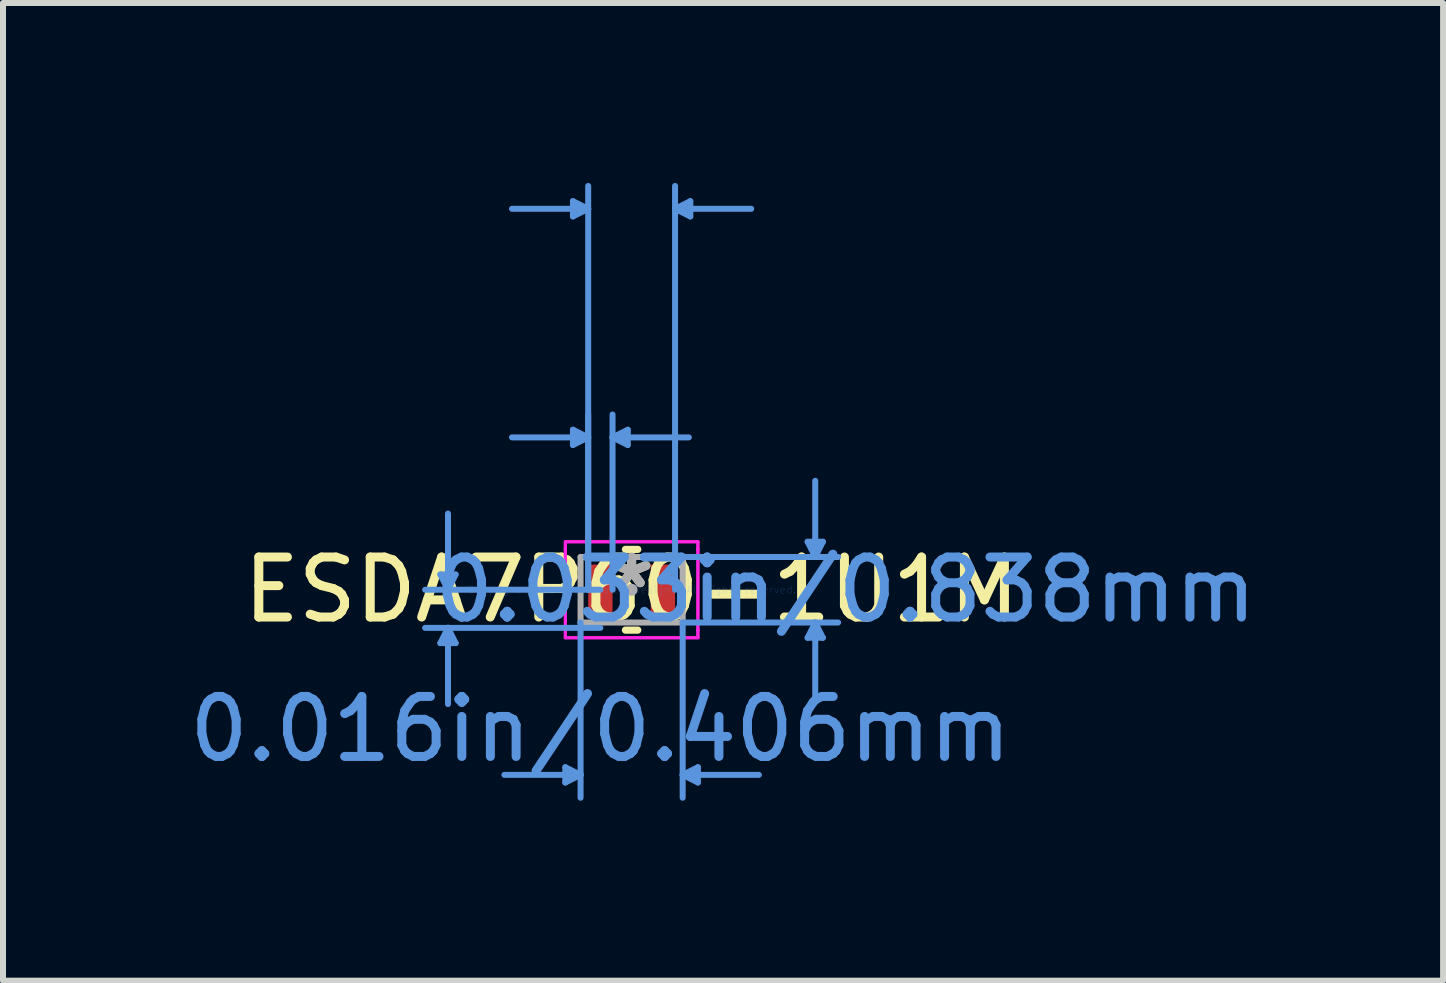
<source format=kicad_pcb>
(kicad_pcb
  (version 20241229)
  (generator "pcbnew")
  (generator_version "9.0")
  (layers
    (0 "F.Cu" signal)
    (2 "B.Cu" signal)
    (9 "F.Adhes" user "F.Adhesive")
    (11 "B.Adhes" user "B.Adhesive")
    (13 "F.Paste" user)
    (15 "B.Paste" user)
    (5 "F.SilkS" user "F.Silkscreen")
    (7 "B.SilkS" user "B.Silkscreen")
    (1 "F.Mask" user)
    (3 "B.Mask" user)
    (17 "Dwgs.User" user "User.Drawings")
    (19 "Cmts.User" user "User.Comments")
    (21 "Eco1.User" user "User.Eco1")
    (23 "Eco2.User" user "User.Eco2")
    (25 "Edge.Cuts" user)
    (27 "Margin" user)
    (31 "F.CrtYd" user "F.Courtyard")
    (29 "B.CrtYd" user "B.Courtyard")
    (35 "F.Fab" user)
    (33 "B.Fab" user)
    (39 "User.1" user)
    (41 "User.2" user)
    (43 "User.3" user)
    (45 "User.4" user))
  (footprint "ESDA7P60-1U1M"
    (layer "F.Cu")
    (at 7.479 6.781)
    (property "Reference" "ESDA7P60-1U1M" (at 0 0 0) (layer "F.SilkS") (effects (font (size 1 1) (thickness 0.15))))
    (attr through_hole)
    (fp_line (start -0.103 0.673) (end 0.103 0.673) (stroke (width 0.12) (type solid)) (layer "F.SilkS"))
    (fp_line (start 0.103 -0.673) (end -0.103 -0.673) (stroke (width 0.12) (type solid)) (layer "F.SilkS"))
    (fp_line (start -3.188 -0.254) (end -2.934 -0.254) (stroke (width 0.1) (type solid)) (layer "Cmts.User"))
    (fp_line (start -3.188 0.889) (end -2.934 0.889) (stroke (width 0.1) (type solid)) (layer "Cmts.User"))
    (fp_line (start -3.061 0) (end -3.188 -0.254) (stroke (width 0.1) (type solid)) (layer "Cmts.User"))
    (fp_line (start -3.061 0) (end -3.061 -1.27) (stroke (width 0.1) (type solid)) (layer "Cmts.User"))
    (fp_line (start -3.061 0) (end -2.934 -0.254) (stroke (width 0.1) (type solid)) (layer "Cmts.User"))
    (fp_line (start -3.061 0.635) (end -3.188 0.889) (stroke (width 0.1) (type solid)) (layer "Cmts.User"))
    (fp_line (start -3.061 0.635) (end -3.061 1.905) (stroke (width 0.1) (type solid)) (layer "Cmts.User"))
    (fp_line (start -3.061 0.635) (end -2.934 0.889) (stroke (width 0.1) (type solid)) (layer "Cmts.User"))
    (fp_line (start -1.105 2.959) (end -1.105 3.213) (stroke (width 0.1) (type solid)) (layer "Cmts.User"))
    (fp_line (start -0.978 -6.477) (end -0.978 -6.223) (stroke (width 0.1) (type solid)) (layer "Cmts.User"))
    (fp_line (start -0.978 -2.667) (end -0.978 -2.413) (stroke (width 0.1) (type solid)) (layer "Cmts.User"))
    (fp_line (start -0.851 0.546) (end -0.851 3.467) (stroke (width 0.1) (type solid)) (layer "Cmts.User"))
    (fp_line (start -0.851 3.086) (end -2.121 3.086) (stroke (width 0.1) (type solid)) (layer "Cmts.User"))
    (fp_line (start -0.851 3.086) (end -1.105 2.959) (stroke (width 0.1) (type solid)) (layer "Cmts.User"))
    (fp_line (start -0.851 3.086) (end -1.105 3.213) (stroke (width 0.1) (type solid)) (layer "Cmts.User"))
    (fp_line (start -0.724 -6.35) (end -1.994 -6.35) (stroke (width 0.1) (type solid)) (layer "Cmts.User"))
    (fp_line (start -0.724 -6.35) (end -0.978 -6.477) (stroke (width 0.1) (type solid)) (layer "Cmts.User"))
    (fp_line (start -0.724 -6.35) (end -0.978 -6.223) (stroke (width 0.1) (type solid)) (layer "Cmts.User"))
    (fp_line (start -0.724 -2.54) (end -1.994 -2.54) (stroke (width 0.1) (type solid)) (layer "Cmts.User"))
    (fp_line (start -0.724 -2.54) (end -0.978 -2.667) (stroke (width 0.1) (type solid)) (layer "Cmts.User"))
    (fp_line (start -0.724 -2.54) (end -0.978 -2.413) (stroke (width 0.1) (type solid)) (layer "Cmts.User"))
    (fp_line (start -0.724 0) (end -0.724 -6.731) (stroke (width 0.1) (type solid)) (layer "Cmts.User"))
    (fp_line (start -0.724 0) (end -0.724 -2.921) (stroke (width 0.1) (type solid)) (layer "Cmts.User"))
    (fp_line (start -0.521 0) (end -3.442 0) (stroke (width 0.1) (type solid)) (layer "Cmts.User"))
    (fp_line (start -0.521 0.635) (end -3.442 0.635) (stroke (width 0.1) (type solid)) (layer "Cmts.User"))
    (fp_line (start -0.318 -2.54) (end -0.064 -2.667) (stroke (width 0.1) (type solid)) (layer "Cmts.User"))
    (fp_line (start -0.318 -2.54) (end -0.064 -2.413) (stroke (width 0.1) (type solid)) (layer "Cmts.User"))
    (fp_line (start -0.318 -2.54) (end 0.953 -2.54) (stroke (width 0.1) (type solid)) (layer "Cmts.User"))
    (fp_line (start -0.318 0) (end -0.318 -2.921) (stroke (width 0.1) (type solid)) (layer "Cmts.User"))
    (fp_line (start -0.064 -2.667) (end -0.064 -2.413) (stroke (width 0.1) (type solid)) (layer "Cmts.User"))
    (fp_line (start 0.724 -6.35) (end 0.978 -6.477) (stroke (width 0.1) (type solid)) (layer "Cmts.User"))
    (fp_line (start 0.724 -6.35) (end 0.978 -6.223) (stroke (width 0.1) (type solid)) (layer "Cmts.User"))
    (fp_line (start 0.724 -6.35) (end 1.994 -6.35) (stroke (width 0.1) (type solid)) (layer "Cmts.User"))
    (fp_line (start 0.724 0) (end 0.724 -6.731) (stroke (width 0.1) (type solid)) (layer "Cmts.User"))
    (fp_line (start 0.851 -0.546) (end 3.442 -0.546) (stroke (width 0.1) (type solid)) (layer "Cmts.User"))
    (fp_line (start 0.851 0.546) (end 0.851 3.467) (stroke (width 0.1) (type solid)) (layer "Cmts.User"))
    (fp_line (start 0.851 0.546) (end 3.442 0.546) (stroke (width 0.1) (type solid)) (layer "Cmts.User"))
    (fp_line (start 0.851 3.086) (end 1.105 2.959) (stroke (width 0.1) (type solid)) (layer "Cmts.User"))
    (fp_line (start 0.851 3.086) (end 1.105 3.213) (stroke (width 0.1) (type solid)) (layer "Cmts.User"))
    (fp_line (start 0.851 3.086) (end 2.121 3.086) (stroke (width 0.1) (type solid)) (layer "Cmts.User"))
    (fp_line (start 0.978 -6.477) (end 0.978 -6.223) (stroke (width 0.1) (type solid)) (layer "Cmts.User"))
    (fp_line (start 1.105 2.959) (end 1.105 3.213) (stroke (width 0.1) (type solid)) (layer "Cmts.User"))
    (fp_line (start 2.934 -0.8) (end 3.188 -0.8) (stroke (width 0.1) (type solid)) (layer "Cmts.User"))
    (fp_line (start 2.934 0.8) (end 3.188 0.8) (stroke (width 0.1) (type solid)) (layer "Cmts.User"))
    (fp_line (start 3.061 -0.546) (end 2.934 -0.8) (stroke (width 0.1) (type solid)) (layer "Cmts.User"))
    (fp_line (start 3.061 -0.546) (end 3.061 -1.816) (stroke (width 0.1) (type solid)) (layer "Cmts.User"))
    (fp_line (start 3.061 -0.546) (end 3.188 -0.8) (stroke (width 0.1) (type solid)) (layer "Cmts.User"))
    (fp_line (start 3.061 0.546) (end 2.934 0.8) (stroke (width 0.1) (type solid)) (layer "Cmts.User"))
    (fp_line (start 3.061 0.546) (end 3.061 1.816) (stroke (width 0.1) (type solid)) (layer "Cmts.User"))
    (fp_line (start 3.061 0.546) (end 3.188 0.8) (stroke (width 0.1) (type solid)) (layer "Cmts.User"))
    (fp_line (start -1.105 -0.8) (end 1.105 -0.8) (stroke (width 0.05) (type solid)) (layer "F.CrtYd"))
    (fp_line (start -1.105 -0.8) (end 1.105 -0.8) (stroke (width 0.05) (type solid)) (layer "F.CrtYd"))
    (fp_line (start -1.105 -0.673) (end -1.105 -0.8) (stroke (width 0.05) (type solid)) (layer "F.CrtYd"))
    (fp_line (start -1.105 -0.673) (end -1.105 -0.8) (stroke (width 0.05) (type solid)) (layer "F.CrtYd"))
    (fp_line (start -1.105 -0.673) (end -1.105 -0.673) (stroke (width 0.05) (type solid)) (layer "F.CrtYd"))
    (fp_line (start -1.105 -0.673) (end -1.105 -0.673) (stroke (width 0.05) (type solid)) (layer "F.CrtYd"))
    (fp_line (start -1.105 0.673) (end -1.105 -0.673) (stroke (width 0.05) (type solid)) (layer "F.CrtYd"))
    (fp_line (start -1.105 0.673) (end -1.105 -0.673) (stroke (width 0.05) (type solid)) (layer "F.CrtYd"))
    (fp_line (start -1.105 0.673) (end -1.105 0.673) (stroke (width 0.05) (type solid)) (layer "F.CrtYd"))
    (fp_line (start -1.105 0.673) (end -1.105 0.673) (stroke (width 0.05) (type solid)) (layer "F.CrtYd"))
    (fp_line (start -1.105 0.8) (end -1.105 0.673) (stroke (width 0.05) (type solid)) (layer "F.CrtYd"))
    (fp_line (start -1.105 0.8) (end -1.105 0.673) (stroke (width 0.05) (type solid)) (layer "F.CrtYd"))
    (fp_line (start 1.105 -0.8) (end 1.105 -0.673) (stroke (width 0.05) (type solid)) (layer "F.CrtYd"))
    (fp_line (start 1.105 -0.8) (end 1.105 -0.673) (stroke (width 0.05) (type solid)) (layer "F.CrtYd"))
    (fp_line (start 1.105 -0.673) (end 1.105 -0.673) (stroke (width 0.05) (type solid)) (layer "F.CrtYd"))
    (fp_line (start 1.105 -0.673) (end 1.105 -0.673) (stroke (width 0.05) (type solid)) (layer "F.CrtYd"))
    (fp_line (start 1.105 -0.673) (end 1.105 0.673) (stroke (width 0.05) (type solid)) (layer "F.CrtYd"))
    (fp_line (start 1.105 -0.673) (end 1.105 0.673) (stroke (width 0.05) (type solid)) (layer "F.CrtYd"))
    (fp_line (start 1.105 0.673) (end 1.105 0.673) (stroke (width 0.05) (type solid)) (layer "F.CrtYd"))
    (fp_line (start 1.105 0.673) (end 1.105 0.673) (stroke (width 0.05) (type solid)) (layer "F.CrtYd"))
    (fp_line (start 1.105 0.673) (end 1.105 0.8) (stroke (width 0.05) (type solid)) (layer "F.CrtYd"))
    (fp_line (start 1.105 0.673) (end 1.105 0.8) (stroke (width 0.05) (type solid)) (layer "F.CrtYd"))
    (fp_line (start 1.105 0.8) (end -1.105 0.8) (stroke (width 0.05) (type solid)) (layer "F.CrtYd"))
    (fp_line (start 1.105 0.8) (end -1.105 0.8) (stroke (width 0.05) (type solid)) (layer "F.CrtYd"))
    (fp_line (start -0.851 -0.546) (end -0.851 0.546) (stroke (width 0.1) (type solid)) (layer "F.Fab"))
    (fp_line (start -0.851 0.546) (end 0.851 0.546) (stroke (width 0.1) (type solid)) (layer "F.Fab"))
    (fp_line (start 0.851 -0.546) (end -0.851 -0.546) (stroke (width 0.1) (type solid)) (layer "F.Fab"))
    (fp_line (start 0.851 0.546) (end 0.851 -0.546) (stroke (width 0.1) (type solid)) (layer "F.Fab"))
    (fp_circle (center 0 0) (end 0 0) (stroke (width 0.1) (type solid)) (fill no) (layer "F.Fab"))
    (fp_text user "*" (at 0 0 0) (layer "F.SilkS") (effects (font (size 1 1) (thickness 0.15))))
    (fp_text user "Copyright 2021 Accelerated Designs. All rights reserved." (at 0 0 0) (layer "Cmts.User") (effects (font (size 0.127 0.127) (thickness 0.002))))
    (fp_text user "0.033in/0.838mm" (at 3.569 0 0) (layer "Cmts.User") (effects (font (size 1 1) (thickness 0.15))))
    (fp_text user "0.016in/0.406mm" (at -0.521 2.324 0) (layer "Cmts.User") (effects (font (size 1 1) (thickness 0.15))))
    (fp_text user "*" (at 0 0 0) (layer "F.Fab") (effects (font (size 1 1) (thickness 0.15))))
    (pad "1" smd rect (at -0.521 0) (size 0.406 0.838) (layers "F.Cu" "F.Mask" "F.Paste"))
    (pad "2" smd rect (at 0.521 0) (size 0.406 0.838) (layers "F.Cu" "F.Mask" "F.Paste")))
  (gr_rect
    (start -3 -3)
    (end 21.006 13.298)
    (stroke (width 0.1) (type default))
    (fill no)
    (layer "Edge.Cuts")))
</source>
